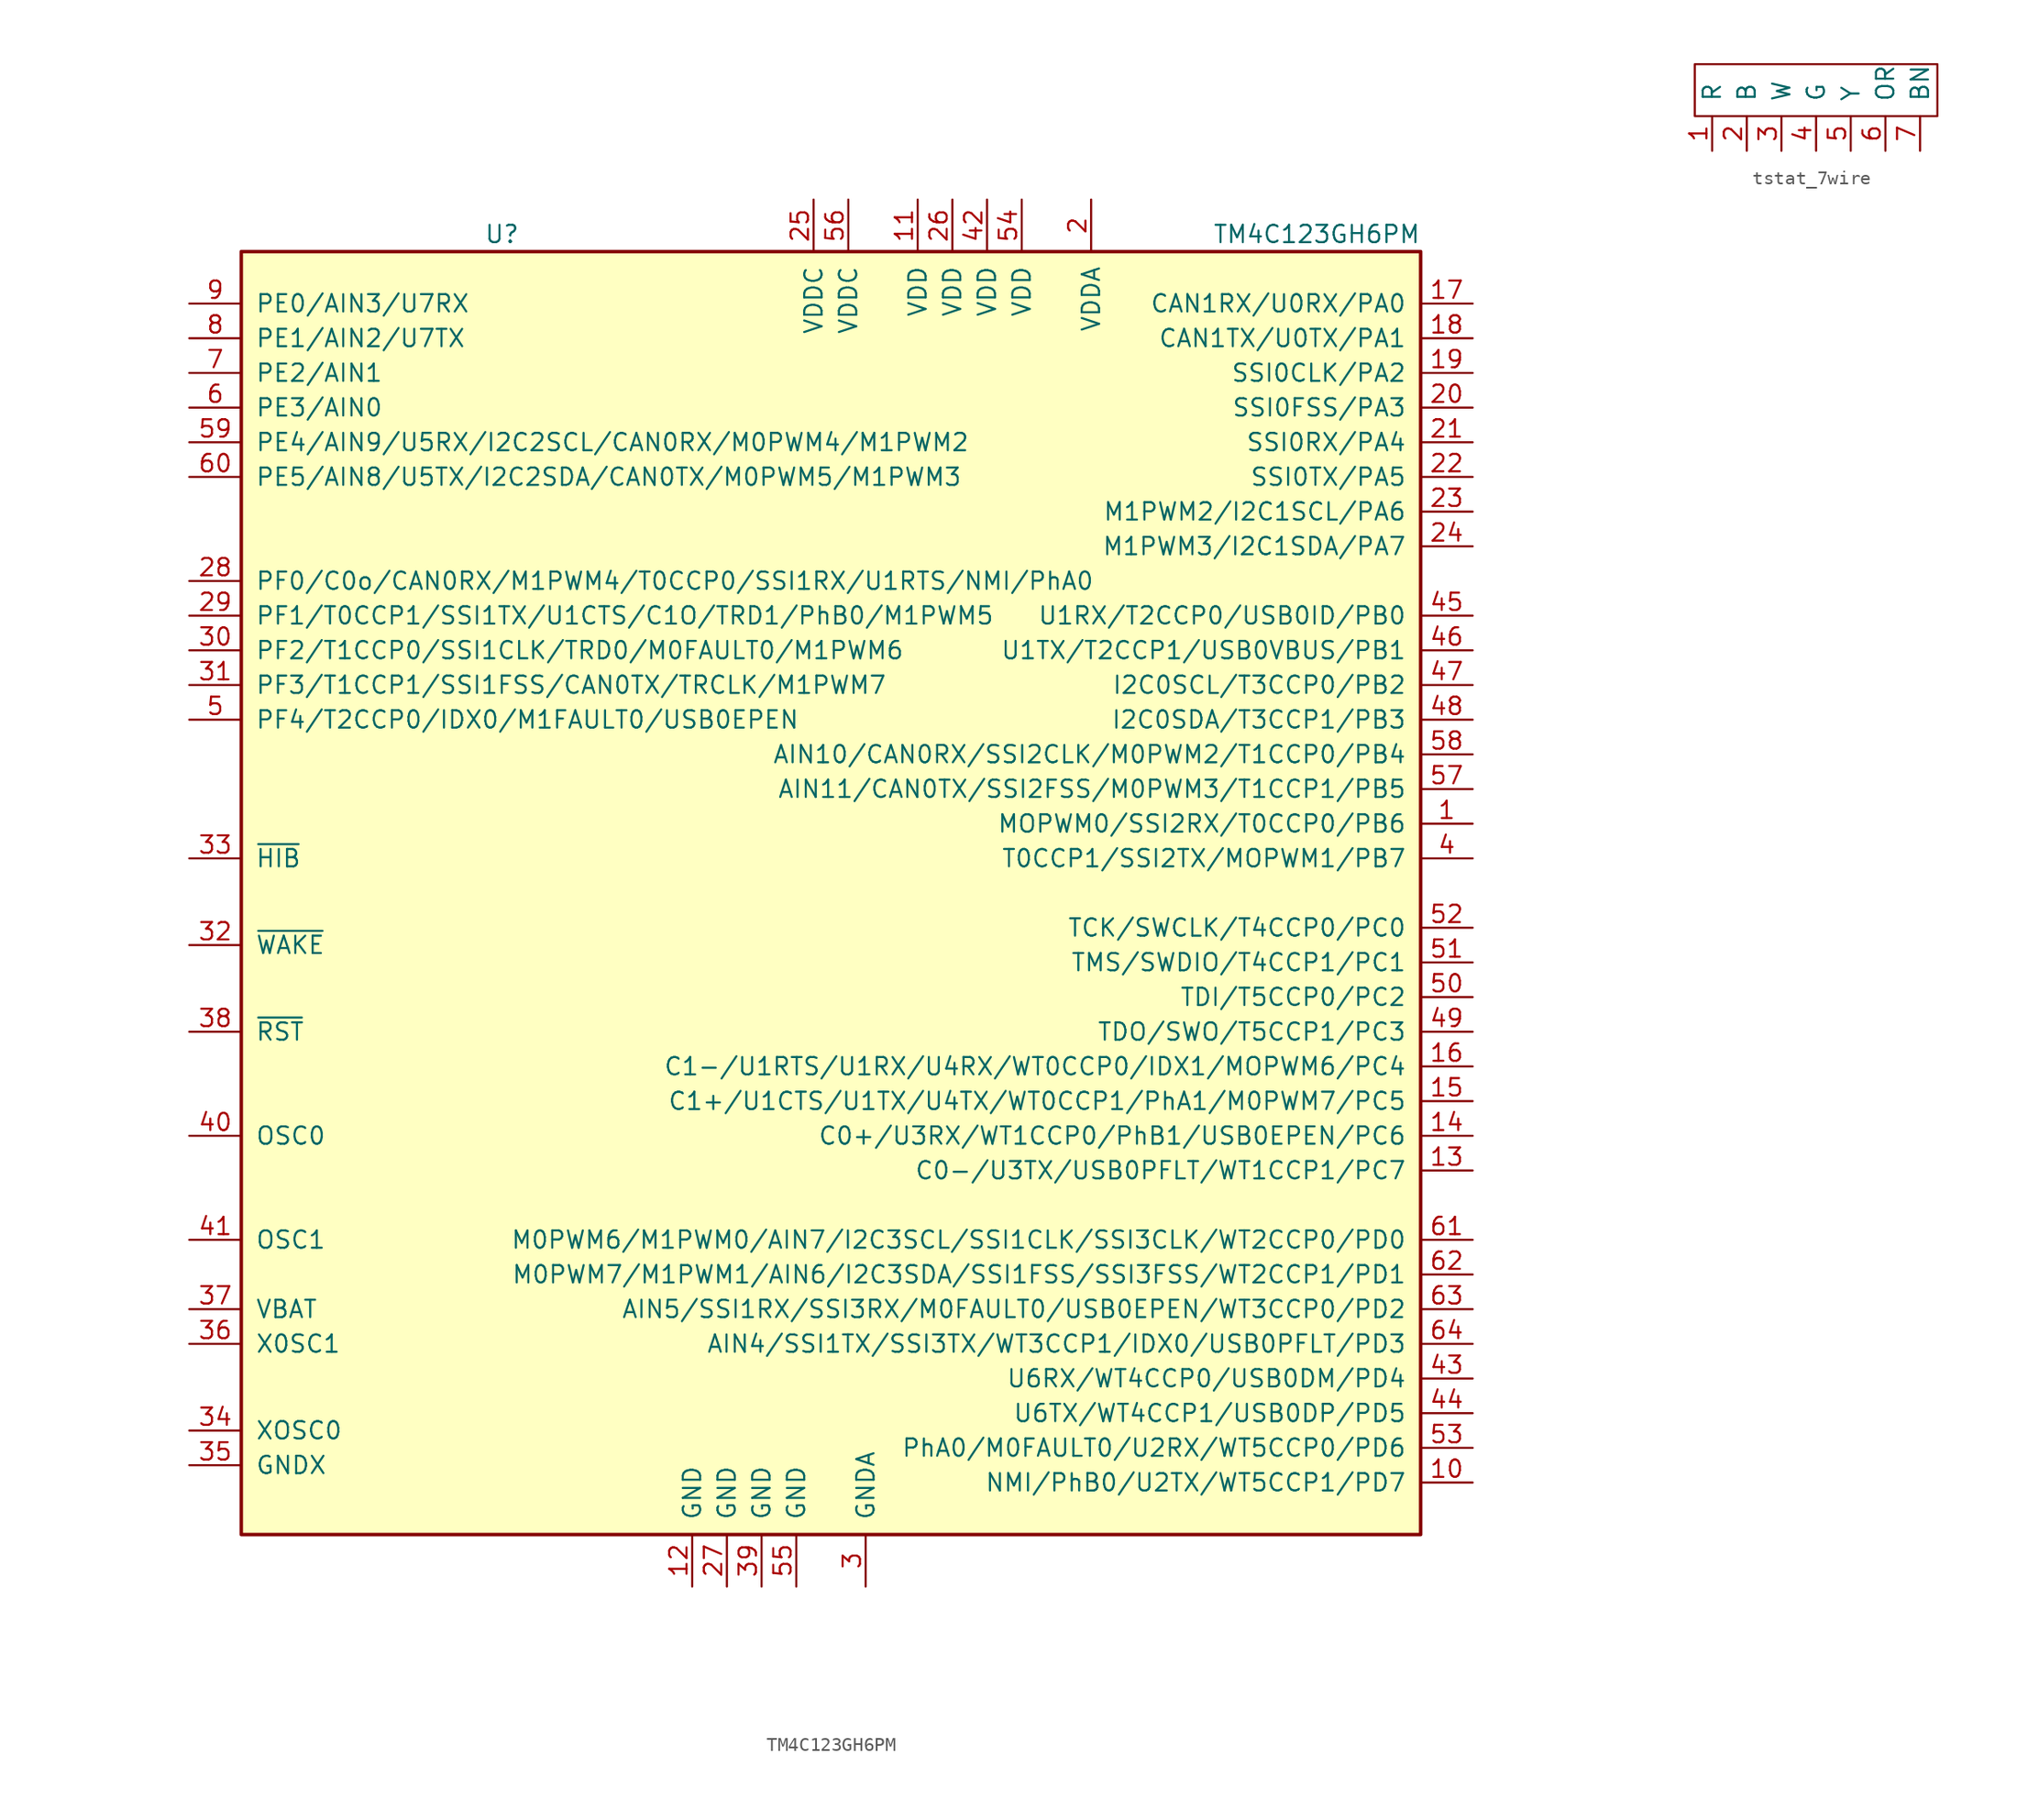
<source format=kicad_sym>
(kicad_symbol_lib
  (version 20211014)
  (generator kicad_symbol_editor)
  (symbol "TM4C123GH6PM"
    (pin_names
      (offset 1.016))
    (property "Reference" "U"
      (at -36.83 48.26 0)
      (effects (font (size 1.27 1.27)) (justify left)))
    (property "Value" "TM4C123GH6PM"
      (at 16.51 48.26 0)
      (effects (font (size 1.27 1.27)) (justify left)))
    (symbol "TM4C123GH6PM_0_1"
      (rectangle (start -54.61 46.99) (end 31.75 -46.99) (stroke (width 0.254) (type default) (color 0 0 0 0)) (fill (type background))))
    (symbol "TM4C123GH6PM_1_1"
      (pin bidirectional line (at 35.56 5.08 180) (length 3.81) (name "MOPWM0/SSI2RX/T0CCP0/PB6" (effects (font (size 1.27 1.27)))) (number "1" (effects (font (size 1.27 1.27)))))
      (pin bidirectional line (at 35.56 -43.18 180) (length 3.81) (name "NMI/PhB0/U2TX/WT5CCP1/PD7" (effects (font (size 1.27 1.27)))) (number "10" (effects (font (size 1.27 1.27)))))
      (pin power_in line (at -5.08 50.8 270) (length 3.81) (name "VDD" (effects (font (size 1.27 1.27)))) (number "11" (effects (font (size 1.27 1.27)))))
      (pin power_in line (at -21.59 -50.8 90) (length 3.81) (name "GND" (effects (font (size 1.27 1.27)))) (number "12" (effects (font (size 1.27 1.27)))))
      (pin bidirectional line (at 35.56 -20.32 180) (length 3.81) (name "C0-/U3TX/USB0PFLT/WT1CCP1/PC7" (effects (font (size 1.27 1.27)))) (number "13" (effects (font (size 1.27 1.27)))))
      (pin bidirectional line (at 35.56 -17.78 180) (length 3.81) (name "C0+/U3RX/WT1CCP0/PhB1/USB0EPEN/PC6" (effects (font (size 1.27 1.27)))) (number "14" (effects (font (size 1.27 1.27)))))
      (pin bidirectional line (at 35.56 -15.24 180) (length 3.81) (name "C1+/U1CTS/U1TX/U4TX/WT0CCP1/PhA1/M0PWM7/PC5" (effects (font (size 1.27 1.27)))) (number "15" (effects (font (size 1.27 1.27)))))
      (pin bidirectional line (at 35.56 -12.7 180) (length 3.81) (name "C1-/U1RTS/U1RX/U4RX/WT0CCP0/IDX1/MOPWM6/PC4" (effects (font (size 1.27 1.27)))) (number "16" (effects (font (size 1.27 1.27)))))
      (pin bidirectional line (at 35.56 43.18 180) (length 3.81) (name "CAN1RX/U0RX/PA0" (effects (font (size 1.27 1.27)))) (number "17" (effects (font (size 1.27 1.27)))))
      (pin bidirectional line (at 35.56 40.64 180) (length 3.81) (name "CAN1TX/U0TX/PA1" (effects (font (size 1.27 1.27)))) (number "18" (effects (font (size 1.27 1.27)))))
      (pin bidirectional line (at 35.56 38.1 180) (length 3.81) (name "SSI0CLK/PA2" (effects (font (size 1.27 1.27)))) (number "19" (effects (font (size 1.27 1.27)))))
      (pin power_in line (at 7.62 50.8 270) (length 3.81) (name "VDDA" (effects (font (size 1.27 1.27)))) (number "2" (effects (font (size 1.27 1.27)))))
      (pin bidirectional line (at 35.56 35.56 180) (length 3.81) (name "SSI0FSS/PA3" (effects (font (size 1.27 1.27)))) (number "20" (effects (font (size 1.27 1.27)))))
      (pin bidirectional line (at 35.56 33.02 180) (length 3.81) (name "SSI0RX/PA4" (effects (font (size 1.27 1.27)))) (number "21" (effects (font (size 1.27 1.27)))))
      (pin bidirectional line (at 35.56 30.48 180) (length 3.81) (name "SSI0TX/PA5" (effects (font (size 1.27 1.27)))) (number "22" (effects (font (size 1.27 1.27)))))
      (pin bidirectional line (at 35.56 27.94 180) (length 3.81) (name "M1PWM2/I2C1SCL/PA6" (effects (font (size 1.27 1.27)))) (number "23" (effects (font (size 1.27 1.27)))))
      (pin bidirectional line (at 35.56 25.4 180) (length 3.81) (name "M1PWM3/I2C1SDA/PA7" (effects (font (size 1.27 1.27)))) (number "24" (effects (font (size 1.27 1.27)))))
      (pin power_in line (at -12.7 50.8 270) (length 3.81) (name "VDDC" (effects (font (size 1.27 1.27)))) (number "25" (effects (font (size 1.27 1.27)))))
      (pin power_in line (at -2.54 50.8 270) (length 3.81) (name "VDD" (effects (font (size 1.27 1.27)))) (number "26" (effects (font (size 1.27 1.27)))))
      (pin power_in line (at -19.05 -50.8 90) (length 3.81) (name "GND" (effects (font (size 1.27 1.27)))) (number "27" (effects (font (size 1.27 1.27)))))
      (pin bidirectional line (at -58.42 22.86 0) (length 3.81) (name "PF0/C0o/CAN0RX/M1PWM4/T0CCP0/SSI1RX/U1RTS/NMI/PhA0" (effects (font (size 1.27 1.27)))) (number "28" (effects (font (size 1.27 1.27)))))
      (pin bidirectional line (at -58.42 20.32 0) (length 3.81) (name "PF1/T0CCP1/SSI1TX/U1CTS/C1O/TRD1/PhB0/M1PWM5" (effects (font (size 1.27 1.27)))) (number "29" (effects (font (size 1.27 1.27)))))
      (pin power_in line (at -8.89 -50.8 90) (length 3.81) (name "GNDA" (effects (font (size 1.27 1.27)))) (number "3" (effects (font (size 1.27 1.27)))))
      (pin bidirectional line (at -58.42 17.78 0) (length 3.81) (name "PF2/T1CCP0/SSI1CLK/TRD0/M0FAULT0/M1PWM6" (effects (font (size 1.27 1.27)))) (number "30" (effects (font (size 1.27 1.27)))))
      (pin bidirectional line (at -58.42 15.24 0) (length 3.81) (name "PF3/T1CCP1/SSI1FSS/CAN0TX/TRCLK/M1PWM7" (effects (font (size 1.27 1.27)))) (number "31" (effects (font (size 1.27 1.27)))))
      (pin input line (at -58.42 -3.81 0) (length 3.81) (name "~{WAKE}" (effects (font (size 1.27 1.27)))) (number "32" (effects (font (size 1.27 1.27)))))
      (pin output line (at -58.42 2.54 0) (length 3.81) (name "~{HIB}" (effects (font (size 1.27 1.27)))) (number "33" (effects (font (size 1.27 1.27)))))
      (pin passive line (at -58.42 -39.37 0) (length 3.81) (name "XOSC0" (effects (font (size 1.27 1.27)))) (number "34" (effects (font (size 1.27 1.27)))))
      (pin passive line (at -58.42 -41.91 0) (length 3.81) (name "GNDX" (effects (font (size 1.27 1.27)))) (number "35" (effects (font (size 1.27 1.27)))))
      (pin passive line (at -58.42 -33.02 0) (length 3.81) (name "X0SC1" (effects (font (size 1.27 1.27)))) (number "36" (effects (font (size 1.27 1.27)))))
      (pin bidirectional line (at -58.42 -30.48 0) (length 3.81) (name "VBAT" (effects (font (size 1.27 1.27)))) (number "37" (effects (font (size 1.27 1.27)))))
      (pin input line (at -58.42 -10.16 0) (length 3.81) (name "~{RST}" (effects (font (size 1.27 1.27)))) (number "38" (effects (font (size 1.27 1.27)))))
      (pin bidirectional line (at -16.51 -50.8 90) (length 3.81) (name "GND" (effects (font (size 1.27 1.27)))) (number "39" (effects (font (size 1.27 1.27)))))
      (pin bidirectional line (at 35.56 2.54 180) (length 3.81) (name "T0CCP1/SSI2TX/MOPWM1/PB7" (effects (font (size 1.27 1.27)))) (number "4" (effects (font (size 1.27 1.27)))))
      (pin passive line (at -58.42 -17.78 0) (length 3.81) (name "OSC0" (effects (font (size 1.27 1.27)))) (number "40" (effects (font (size 1.27 1.27)))))
      (pin passive line (at -58.42 -25.4 0) (length 3.81) (name "OSC1" (effects (font (size 1.27 1.27)))) (number "41" (effects (font (size 1.27 1.27)))))
      (pin power_in line (at 0 50.8 270) (length 3.81) (name "VDD" (effects (font (size 1.27 1.27)))) (number "42" (effects (font (size 1.27 1.27)))))
      (pin passive line (at 35.56 -35.56 180) (length 3.81) (name "U6RX/WT4CCP0/USB0DM/PD4" (effects (font (size 1.27 1.27)))) (number "43" (effects (font (size 1.27 1.27)))))
      (pin passive line (at 35.56 -38.1 180) (length 3.81) (name "U6TX/WT4CCP1/USB0DP/PD5" (effects (font (size 1.27 1.27)))) (number "44" (effects (font (size 1.27 1.27)))))
      (pin bidirectional line (at 35.56 20.32 180) (length 3.81) (name "U1RX/T2CCP0/USB0ID/PB0" (effects (font (size 1.27 1.27)))) (number "45" (effects (font (size 1.27 1.27)))))
      (pin passive line (at 35.56 17.78 180) (length 3.81) (name "U1TX/T2CCP1/USB0VBUS/PB1" (effects (font (size 1.27 1.27)))) (number "46" (effects (font (size 1.27 1.27)))))
      (pin bidirectional line (at 35.56 15.24 180) (length 3.81) (name "I2C0SCL/T3CCP0/PB2" (effects (font (size 1.27 1.27)))) (number "47" (effects (font (size 1.27 1.27)))))
      (pin bidirectional line (at 35.56 12.7 180) (length 3.81) (name "I2C0SDA/T3CCP1/PB3" (effects (font (size 1.27 1.27)))) (number "48" (effects (font (size 1.27 1.27)))))
      (pin bidirectional line (at 35.56 -10.16 180) (length 3.81) (name "TDO/SWO/T5CCP1/PC3" (effects (font (size 1.27 1.27)))) (number "49" (effects (font (size 1.27 1.27)))))
      (pin bidirectional line (at -58.42 12.7 0) (length 3.81) (name "PF4/T2CCP0/IDX0/M1FAULT0/USB0EPEN" (effects (font (size 1.27 1.27)))) (number "5" (effects (font (size 1.27 1.27)))))
      (pin bidirectional line (at 35.56 -7.62 180) (length 3.81) (name "TDI/T5CCP0/PC2" (effects (font (size 1.27 1.27)))) (number "50" (effects (font (size 1.27 1.27)))))
      (pin bidirectional line (at 35.56 -5.08 180) (length 3.81) (name "TMS/SWDIO/T4CCP1/PC1" (effects (font (size 1.27 1.27)))) (number "51" (effects (font (size 1.27 1.27)))))
      (pin bidirectional line (at 35.56 -2.54 180) (length 3.81) (name "TCK/SWCLK/T4CCP0/PC0" (effects (font (size 1.27 1.27)))) (number "52" (effects (font (size 1.27 1.27)))))
      (pin bidirectional line (at 35.56 -40.64 180) (length 3.81) (name "PhA0/M0FAULT0/U2RX/WT5CCP0/PD6" (effects (font (size 1.27 1.27)))) (number "53" (effects (font (size 1.27 1.27)))))
      (pin power_in line (at 2.54 50.8 270) (length 3.81) (name "VDD" (effects (font (size 1.27 1.27)))) (number "54" (effects (font (size 1.27 1.27)))))
      (pin power_in line (at -13.97 -50.8 90) (length 3.81) (name "GND" (effects (font (size 1.27 1.27)))) (number "55" (effects (font (size 1.27 1.27)))))
      (pin power_in line (at -10.16 50.8 270) (length 3.81) (name "VDDC" (effects (font (size 1.27 1.27)))) (number "56" (effects (font (size 1.27 1.27)))))
      (pin bidirectional line (at 35.56 7.62 180) (length 3.81) (name "AIN11/CAN0TX/SSI2FSS/M0PWM3/T1CCP1/PB5" (effects (font (size 1.27 1.27)))) (number "57" (effects (font (size 1.27 1.27)))))
      (pin bidirectional line (at 35.56 10.16 180) (length 3.81) (name "AIN10/CAN0RX/SSI2CLK/M0PWM2/T1CCP0/PB4" (effects (font (size 1.27 1.27)))) (number "58" (effects (font (size 1.27 1.27)))))
      (pin bidirectional line (at -58.42 33.02 0) (length 3.81) (name "PE4/AIN9/U5RX/I2C2SCL/CAN0RX/M0PWM4/M1PWM2" (effects (font (size 1.27 1.27)))) (number "59" (effects (font (size 1.27 1.27)))))
      (pin bidirectional line (at -58.42 35.56 0) (length 3.81) (name "PE3/AIN0" (effects (font (size 1.27 1.27)))) (number "6" (effects (font (size 1.27 1.27)))))
      (pin bidirectional line (at -58.42 30.48 0) (length 3.81) (name "PE5/AIN8/U5TX/I2C2SDA/CAN0TX/M0PWM5/M1PWM3" (effects (font (size 1.27 1.27)))) (number "60" (effects (font (size 1.27 1.27)))))
      (pin bidirectional line (at 35.56 -25.4 180) (length 3.81) (name "M0PWM6/M1PWM0/AIN7/I2C3SCL/SSI1CLK/SSI3CLK/WT2CCP0/PD0" (effects (font (size 1.27 1.27)))) (number "61" (effects (font (size 1.27 1.27)))))
      (pin bidirectional line (at 35.56 -27.94 180) (length 3.81) (name "M0PWM7/M1PWM1/AIN6/I2C3SDA/SSI1FSS/SSI3FSS/WT2CCP1/PD1" (effects (font (size 1.27 1.27)))) (number "62" (effects (font (size 1.27 1.27)))))
      (pin bidirectional line (at 35.56 -30.48 180) (length 3.81) (name "AIN5/SSI1RX/SSI3RX/M0FAULT0/USB0EPEN/WT3CCP0/PD2" (effects (font (size 1.27 1.27)))) (number "63" (effects (font (size 1.27 1.27)))))
      (pin bidirectional line (at 35.56 -33.02 180) (length 3.81) (name "AIN4/SSI1TX/SSI3TX/WT3CCP1/IDX0/USB0PFLT/PD3" (effects (font (size 1.27 1.27)))) (number "64" (effects (font (size 1.27 1.27)))))
      (pin bidirectional line (at -58.42 38.1 0) (length 3.81) (name "PE2/AIN1" (effects (font (size 1.27 1.27)))) (number "7" (effects (font (size 1.27 1.27)))))
      (pin bidirectional line (at -58.42 40.64 0) (length 3.81) (name "PE1/AIN2/U7TX" (effects (font (size 1.27 1.27)))) (number "8" (effects (font (size 1.27 1.27)))))
      (pin bidirectional line (at -58.42 43.18 0) (length 3.81) (name "PE0/AIN3/U7RX" (effects (font (size 1.27 1.27)))) (number "9" (effects (font (size 1.27 1.27)))))))
  (symbol "tstat_7wire"
    (pin_names
      (offset 1.016))
    (property "Reference" "U"
      (at 0 0 0)
      (effects (font (size 1.27 1.27)) hide))
    (symbol "tstat_7wire_0_1"
      (rectangle (start -8.89 -2.54) (end 8.89 1.27) (stroke (width 0) (type default) (color 0 0 0 0)) (fill (type none))))
    (symbol "tstat_7wire_1_1"
      (pin input line (at -7.62 -5.08 90) (length 2.54) (name "R" (effects (font (size 1.27 1.27)))) (number "1" (effects (font (size 1.27 1.27)))))
      (pin input line (at -5.08 -5.08 90) (length 2.54) (name "B" (effects (font (size 1.27 1.27)))) (number "2" (effects (font (size 1.27 1.27)))))
      (pin input line (at -2.54 -5.08 90) (length 2.54) (name "W" (effects (font (size 1.27 1.27)))) (number "3" (effects (font (size 1.27 1.27)))))
      (pin input line (at 0 -5.08 90) (length 2.54) (name "G" (effects (font (size 1.27 1.27)))) (number "4" (effects (font (size 1.27 1.27)))))
      (pin input line (at 2.54 -5.08 90) (length 2.54) (name "Y" (effects (font (size 1.27 1.27)))) (number "5" (effects (font (size 1.27 1.27)))))
      (pin input line (at 5.08 -5.08 90) (length 2.54) (name "OR" (effects (font (size 1.27 1.27)))) (number "6" (effects (font (size 1.27 1.27)))))
      (pin input line (at 7.62 -5.08 90) (length 2.54) (name "BN" (effects (font (size 1.27 1.27)))) (number "7" (effects (font (size 1.27 1.27))))))))
</source>
